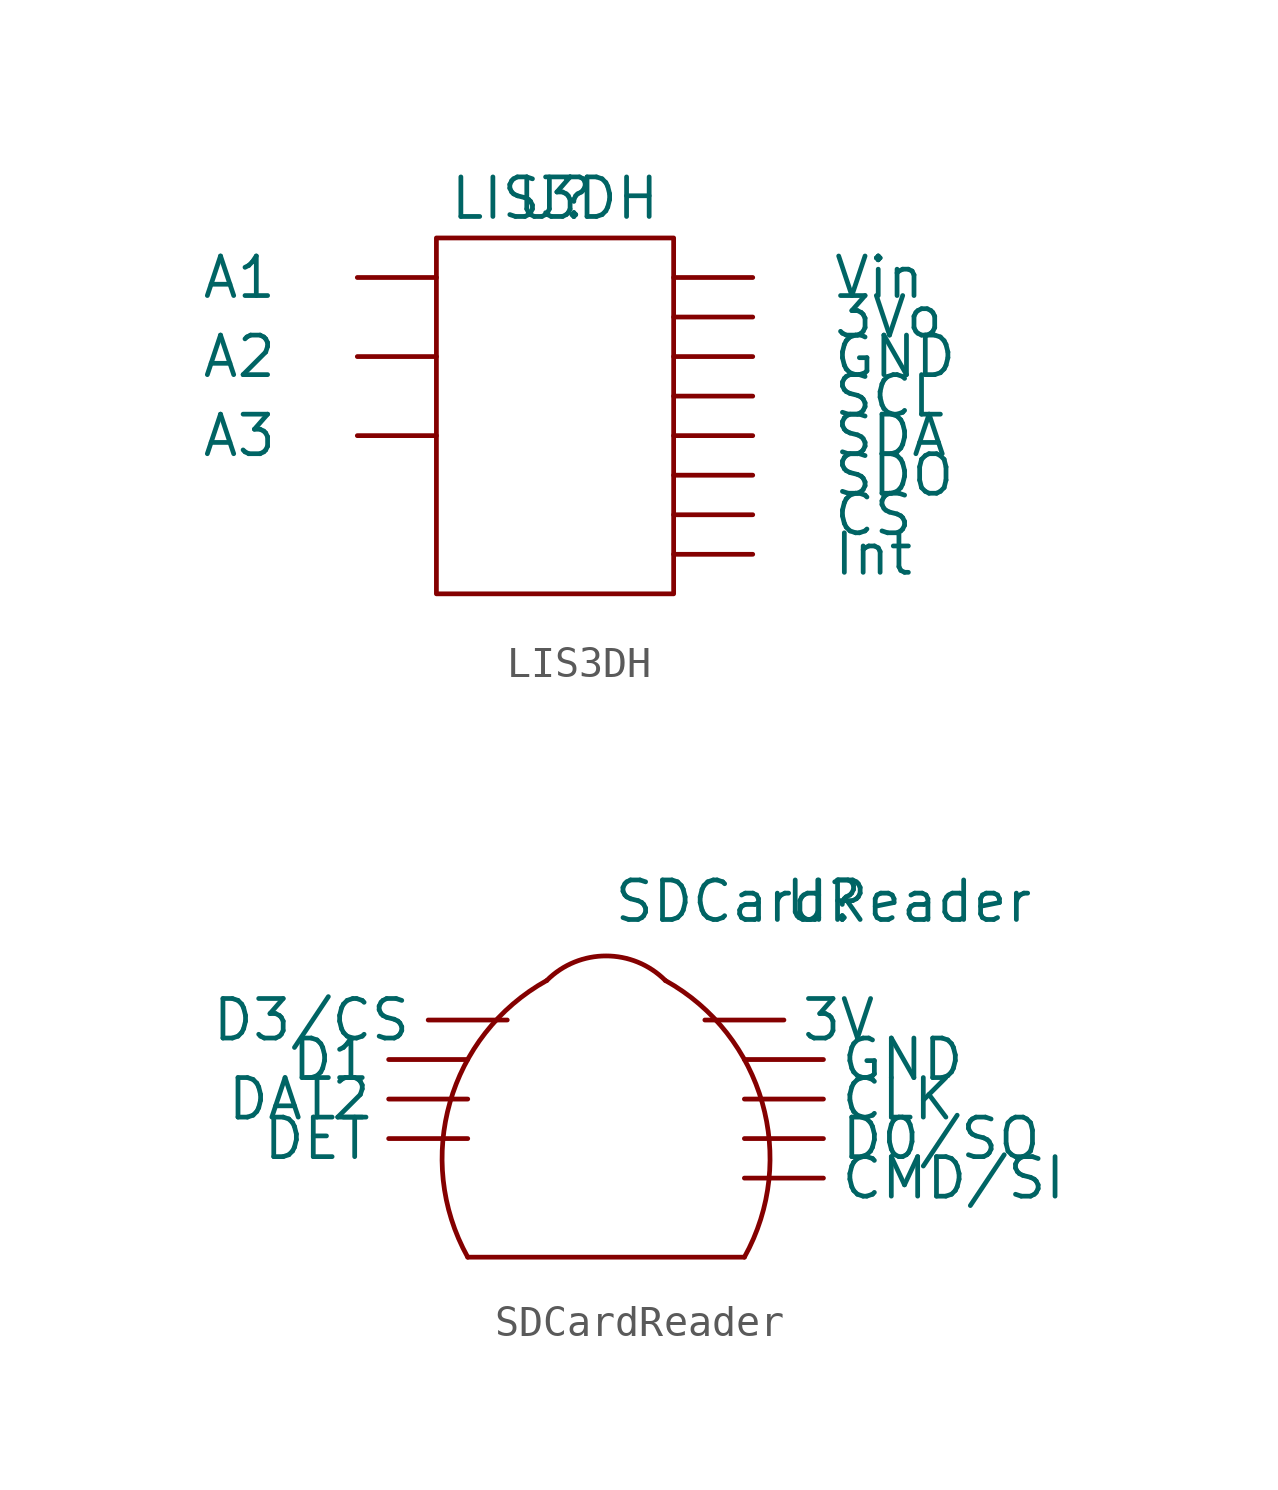
<source format=kicad_sym>
(kicad_symbol_lib
  (version 20211014)
  (generator kicad_symbol_editor)
  (symbol "LIS3DH"
    (pin_names
      (offset 2.54))
    (property "Reference" "U"
      (at 0 0 0)
      (effects (font (size 1.27 1.27))))
    (property "Value" "LIS3DH"
      (at 0 0 0)
      (effects (font (size 1.27 1.27))))
    (symbol "LIS3DH_0_1"
      (rectangle (start -3.81 -1.27) (end 3.81 -12.7) (stroke (width 0) (type default) (color 0 0 0 0)) (fill (type none))))
    (symbol "LIS3DH_1_1"
      (pin power_out line (at 3.81 -3.81 0) (length 2.54) (name "3Vo" (effects (font (size 1.27 1.27)))) (number "" (effects (font (size 1.27 1.27)))))
      (pin unspecified line (at -3.81 -2.54 180) (length 2.54) (name "A1" (effects (font (size 1.27 1.27)))) (number "" (effects (font (size 1.27 1.27)))))
      (pin unspecified line (at -3.81 -5.08 180) (length 2.54) (name "A2" (effects (font (size 1.27 1.27)))) (number "" (effects (font (size 1.27 1.27)))))
      (pin unspecified line (at -3.81 -7.62 180) (length 2.54) (name "A3" (effects (font (size 1.27 1.27)))) (number "" (effects (font (size 1.27 1.27)))))
      (pin unspecified line (at 3.81 -10.16 0) (length 2.54) (name "CS" (effects (font (size 1.27 1.27)))) (number "" (effects (font (size 1.27 1.27)))))
      (pin passive line (at 3.81 -5.08 0) (length 2.54) (name "GND" (effects (font (size 1.27 1.27)))) (number "" (effects (font (size 1.27 1.27)))))
      (pin unspecified line (at 3.81 -11.43 0) (length 2.54) (name "Int" (effects (font (size 1.27 1.27)))) (number "" (effects (font (size 1.27 1.27)))))
      (pin unspecified line (at 3.81 -6.35 0) (length 2.54) (name "SCL" (effects (font (size 1.27 1.27)))) (number "" (effects (font (size 1.27 1.27)))))
      (pin unspecified line (at 3.81 -7.62 0) (length 2.54) (name "SDA" (effects (font (size 1.27 1.27)))) (number "" (effects (font (size 1.27 1.27)))))
      (pin unspecified line (at 3.81 -8.89 0) (length 2.54) (name "SDO" (effects (font (size 1.27 1.27)))) (number "" (effects (font (size 1.27 1.27)))))
      (pin power_in line (at 3.81 -2.54 0) (length 2.54) (name "Vin" (effects (font (size 1.27 1.27)))) (number "" (effects (font (size 1.27 1.27)))))))
  (symbol "SDCardReader"
    (property "Reference" "U"
      (at 0 0 0)
      (effects (font (size 1.27 1.27))))
    (property "Value" "SDCardReader"
      (at 0 0 0)
      (effects (font (size 1.27 1.27))))
    (symbol "SDCardReader_0_1"
      (arc (start -8.89 -2.54) (mid -12.0012 -6.4589) (end -11.43 -11.43) (stroke (width 0) (type default) (color 0 0 0 0)) (fill (type none)))
      (arc (start -5.08 -2.54) (mid -6.985 -1.7509) (end -8.89 -2.54) (stroke (width 0) (type default) (color 0 0 0 0)) (fill (type none)))
      (arc (start -2.54 -11.43) (mid -1.9688 -6.4589) (end -5.08 -2.54) (stroke (width 0) (type default) (color 0 0 0 0)) (fill (type none)))
      (polyline (pts (xy -2.54 -11.43) (xy -11.43 -11.43) (xy -11.43 -11.43)) (stroke (width 0) (type default) (color 0 0 0 0)) (fill (type none))))
    (symbol "SDCardReader_1_1"
      (pin input line (at -3.81 -3.81 0) (length 2.54) (name "3V" (effects (font (size 1.27 1.27)))) (number "" (effects (font (size 1.27 1.27)))))
      (pin input line (at -2.54 -6.35 0) (length 2.54) (name "CLK" (effects (font (size 1.27 1.27)))) (number "" (effects (font (size 1.27 1.27)))))
      (pin input line (at -2.54 -8.89 0) (length 2.54) (name "CMD/SI" (effects (font (size 1.27 1.27)))) (number "" (effects (font (size 1.27 1.27)))))
      (pin input line (at -2.54 -7.62 0) (length 2.54) (name "D0/SO" (effects (font (size 1.27 1.27)))) (number "" (effects (font (size 1.27 1.27)))))
      (pin input line (at -11.43 -5.08 180) (length 2.54) (name "D1" (effects (font (size 1.27 1.27)))) (number "" (effects (font (size 1.27 1.27)))))
      (pin input line (at -10.16 -3.81 180) (length 2.54) (name "D3/CS" (effects (font (size 1.27 1.27)))) (number "" (effects (font (size 1.27 1.27)))))
      (pin input line (at -11.43 -6.35 180) (length 2.54) (name "DAT2" (effects (font (size 1.27 1.27)))) (number "" (effects (font (size 1.27 1.27)))))
      (pin input line (at -11.43 -7.62 180) (length 2.54) (name "DET" (effects (font (size 1.27 1.27)))) (number "" (effects (font (size 1.27 1.27)))))
      (pin input line (at -2.54 -5.08 0) (length 2.54) (name "GND" (effects (font (size 1.27 1.27)))) (number "" (effects (font (size 1.27 1.27))))))))
</source>
